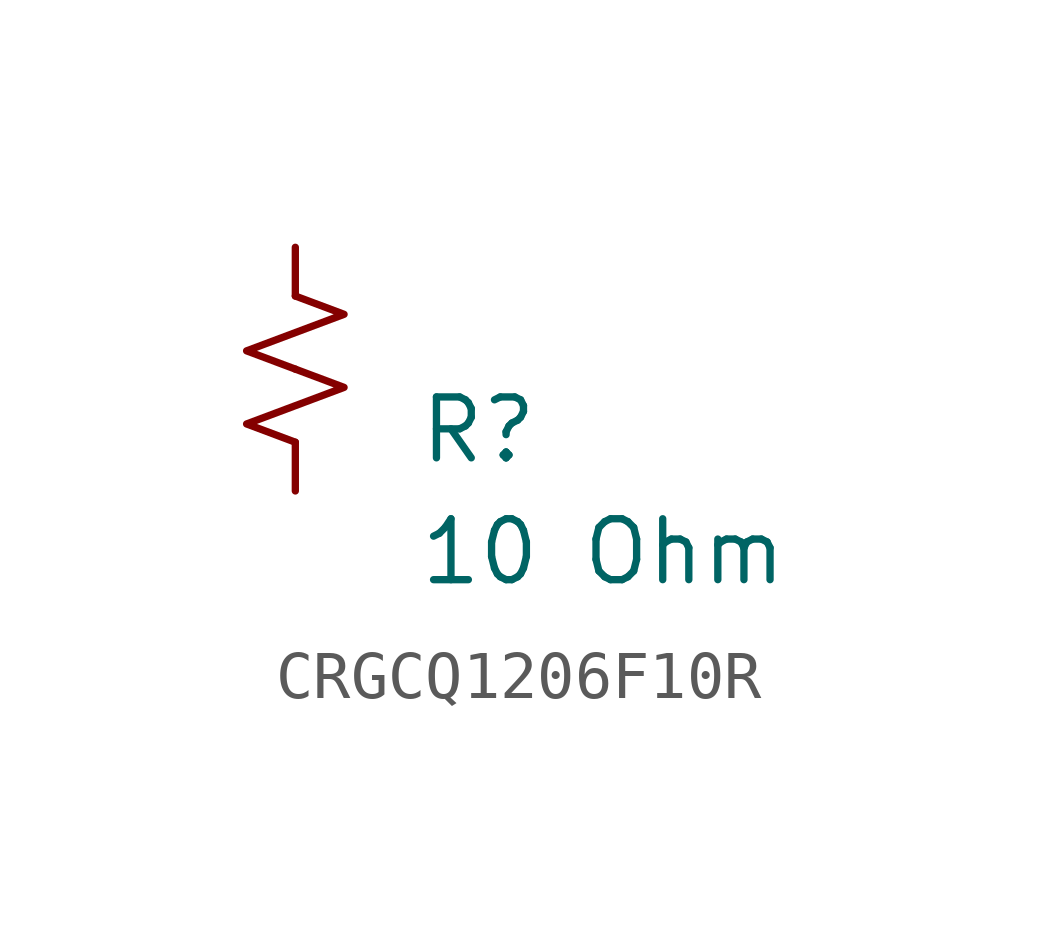
<source format=kicad_sym>
(kicad_symbol_lib
  (version 20210619)
  (generator kicad_symbol_editor)
  (symbol "CRGCQ1206F10R"
    (pin_numbers hide)
    (pin_names
      (offset 0.254) hide)
    (property "Reference" "R"
      (at 2.54 -1.27 0)
      (effects (font (size 1.27 1.27)) (justify left)))
    (property "value" "10 Ohm"
      (at 2.54 -3.81 0)
      (effects (font (size 1.27 1.27)) (justify left)))
    (symbol "CRGCQ1206F10R_1_1"
      (polyline (pts (xy 0 0) (xy 1.016 -0.381) (xy 0 -0.762) (xy -1.016 -1.143) (xy 0 -1.524)) (stroke (width 0)) (fill (type none)))
      (polyline (pts (xy 0 1.524) (xy 1.016 1.143) (xy 0 0.762) (xy -1.016 0.381) (xy 0 0)) (stroke (width 0)) (fill (type none)))
      (pin passive line (at 0 2.54 270) (length 1.016) (name "~" (effects (font (size 1.27 1.27)))) (number "1" (effects (font (size 1.27 1.27)))))
      (pin passive line (at 0 -2.54 90) (length 1.016) (name "~" (effects (font (size 1.27 1.27)))) (number "2" (effects (font (size 1.27 1.27))))))))
</source>
